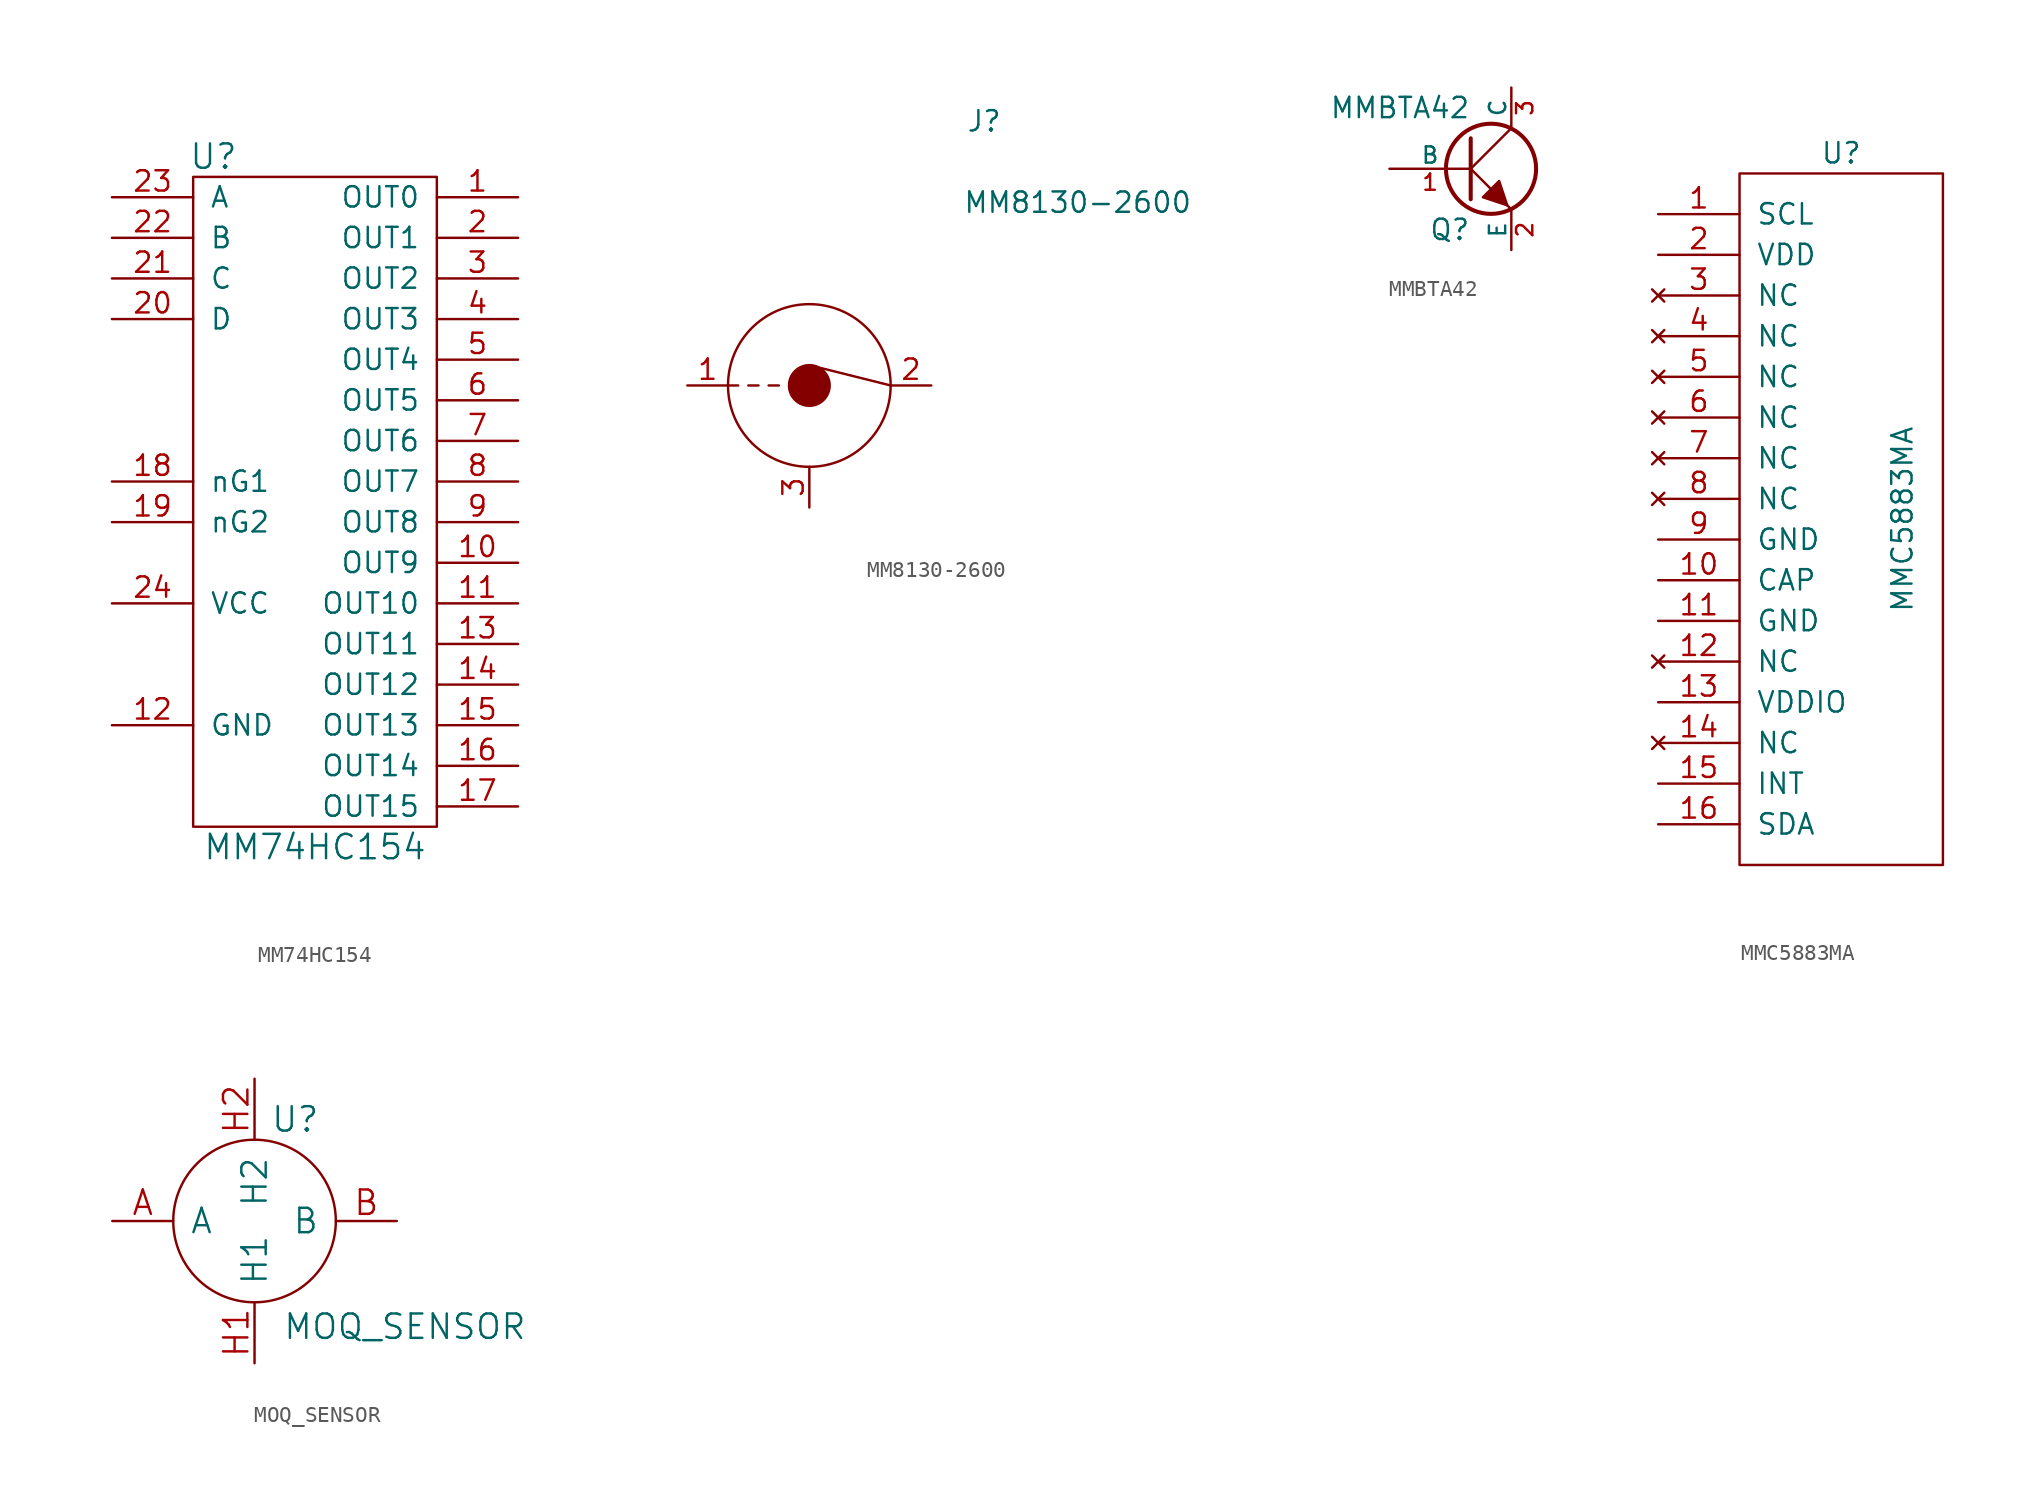
<source format=kicad_sym>
(kicad_symbol_lib
  (version 20210619)
  (generator kicad_symbol_editor)
  (symbol "tinkerforge:MM74HC154"
    (pin_names
      (offset 1.016))
    (property "Reference" "U"
      (at -6.35 21.59 0)
      (effects (font (size 1.524 1.524))))
    (property "Value" "MM74HC154"
      (at 0 -21.59 0)
      (effects (font (size 1.524 1.524))))
    (property "Footprint" ""
      (at 0 0 0)
      (effects (font (size 1.524 1.524))))
    (property "Datasheet" ""
      (at 0 0 0)
      (effects (font (size 1.524 1.524))))
    (symbol "MM74HC154_0_1"
      (rectangle (start -7.62 20.32) (end 7.62 -20.32) (stroke (width 0)) (fill (type none))))
    (symbol "MM74HC154_1_1"
      (pin passive line (at 12.7 19.05 180) (length 5.08) (name "OUT0" (effects (font (size 1.27 1.27)))) (number "1" (effects (font (size 1.27 1.27)))))
      (pin passive line (at 12.7 -3.81 180) (length 5.08) (name "OUT9" (effects (font (size 1.27 1.27)))) (number "10" (effects (font (size 1.27 1.27)))))
      (pin passive line (at 12.7 -6.35 180) (length 5.08) (name "OUT10" (effects (font (size 1.27 1.27)))) (number "11" (effects (font (size 1.27 1.27)))))
      (pin passive line (at -12.7 -13.97 0) (length 5.08) (name "GND" (effects (font (size 1.27 1.27)))) (number "12" (effects (font (size 1.27 1.27)))))
      (pin passive line (at 12.7 -8.89 180) (length 5.08) (name "OUT11" (effects (font (size 1.27 1.27)))) (number "13" (effects (font (size 1.27 1.27)))))
      (pin passive line (at 12.7 -11.43 180) (length 5.08) (name "OUT12" (effects (font (size 1.27 1.27)))) (number "14" (effects (font (size 1.27 1.27)))))
      (pin passive line (at 12.7 -13.97 180) (length 5.08) (name "OUT13" (effects (font (size 1.27 1.27)))) (number "15" (effects (font (size 1.27 1.27)))))
      (pin passive line (at 12.7 -16.51 180) (length 5.08) (name "OUT14" (effects (font (size 1.27 1.27)))) (number "16" (effects (font (size 1.27 1.27)))))
      (pin passive line (at 12.7 -19.05 180) (length 5.08) (name "OUT15" (effects (font (size 1.27 1.27)))) (number "17" (effects (font (size 1.27 1.27)))))
      (pin passive line (at -12.7 1.27 0) (length 5.08) (name "nG1" (effects (font (size 1.27 1.27)))) (number "18" (effects (font (size 1.27 1.27)))))
      (pin passive line (at -12.7 -1.27 0) (length 5.08) (name "nG2" (effects (font (size 1.27 1.27)))) (number "19" (effects (font (size 1.27 1.27)))))
      (pin passive line (at 12.7 16.51 180) (length 5.08) (name "OUT1" (effects (font (size 1.27 1.27)))) (number "2" (effects (font (size 1.27 1.27)))))
      (pin passive line (at -12.7 11.43 0) (length 5.08) (name "D" (effects (font (size 1.27 1.27)))) (number "20" (effects (font (size 1.27 1.27)))))
      (pin passive line (at -12.7 13.97 0) (length 5.08) (name "C" (effects (font (size 1.27 1.27)))) (number "21" (effects (font (size 1.27 1.27)))))
      (pin passive line (at -12.7 16.51 0) (length 5.08) (name "B" (effects (font (size 1.27 1.27)))) (number "22" (effects (font (size 1.27 1.27)))))
      (pin passive line (at -12.7 19.05 0) (length 5.08) (name "A" (effects (font (size 1.27 1.27)))) (number "23" (effects (font (size 1.27 1.27)))))
      (pin passive line (at -12.7 -6.35 0) (length 5.08) (name "VCC" (effects (font (size 1.27 1.27)))) (number "24" (effects (font (size 1.27 1.27)))))
      (pin passive line (at 12.7 13.97 180) (length 5.08) (name "OUT2" (effects (font (size 1.27 1.27)))) (number "3" (effects (font (size 1.27 1.27)))))
      (pin passive line (at 12.7 11.43 180) (length 5.08) (name "OUT3" (effects (font (size 1.27 1.27)))) (number "4" (effects (font (size 1.27 1.27)))))
      (pin passive line (at 12.7 8.89 180) (length 5.08) (name "OUT4" (effects (font (size 1.27 1.27)))) (number "5" (effects (font (size 1.27 1.27)))))
      (pin passive line (at 12.7 6.35 180) (length 5.08) (name "OUT5" (effects (font (size 1.27 1.27)))) (number "6" (effects (font (size 1.27 1.27)))))
      (pin passive line (at 12.7 3.81 180) (length 5.08) (name "OUT6" (effects (font (size 1.27 1.27)))) (number "7" (effects (font (size 1.27 1.27)))))
      (pin passive line (at 12.7 1.27 180) (length 5.08) (name "OUT7" (effects (font (size 1.27 1.27)))) (number "8" (effects (font (size 1.27 1.27)))))
      (pin passive line (at 12.7 -1.27 180) (length 5.08) (name "OUT8" (effects (font (size 1.27 1.27)))) (number "9" (effects (font (size 1.27 1.27)))))))
  (symbol "tinkerforge:MM8130-2600"
    (pin_names
      (offset 1.016))
    (property "Reference" "J"
      (at 10.922 16.51 0)
      (effects (font (size 1.27 1.27))))
    (property "Value" "MM8130-2600"
      (at 16.764 11.43 0)
      (effects (font (size 1.27 1.27))))
    (symbol "MM8130-2600_0_1"
      (circle (center 0 0) (radius 5.08) (stroke (width 0)) (fill (type none)))
      (circle (center 0 0) (radius 1.27) (stroke (width 0)) (fill (type outline)))
      (polyline (pts (xy -5.08 0) (xy -4.445 0)) (stroke (width 0)) (fill (type none)))
      (polyline (pts (xy -3.81 0) (xy -3.175 0)) (stroke (width 0)) (fill (type none)))
      (polyline (pts (xy -2.54 0) (xy -1.905 0)) (stroke (width 0)) (fill (type none)))
      (polyline (pts (xy 5.08 0) (xy 0 1.27)) (stroke (width 0)) (fill (type none))))
    (symbol "MM8130-2600_1_1"
      (pin passive line (at -7.62 0 0) (length 2.54) (name "~" (effects (font (size 1.27 1.27)))) (number "1" (effects (font (size 1.27 1.27)))))
      (pin passive line (at 7.62 0 180) (length 2.54) (name "~" (effects (font (size 1.27 1.27)))) (number "2" (effects (font (size 1.27 1.27)))))
      (pin passive line (at 0 -7.62 90) (length 2.54) (name "~" (effects (font (size 1.27 1.27)))) (number "3" (effects (font (size 1.27 1.27)))))))
  (symbol "tinkerforge:MMBTA42"
    (pin_names
      (offset 0))
    (property "Reference" "Q"
      (at 0 -3.81 0)
      (effects (font (size 1.27 1.27)) (justify right)))
    (property "Value" "MMBTA42"
      (at 0 3.81 0)
      (effects (font (size 1.27 1.27)) (justify right)))
    (property "Footprint" ""
      (at 0 0 0)
      (effects (font (size 1.524 1.524))))
    (property "Datasheet" ""
      (at 0 0 0)
      (effects (font (size 1.524 1.524))))
    (symbol "MMBTA42_0_1"
      (circle (center 1.27 0) (radius 2.819) (stroke (width 0.254)) (fill (type none)))
      (polyline (pts (xy 0 0) (xy 2.54 2.54)) (stroke (width 0)) (fill (type none)))
      (polyline (pts (xy 0 1.905) (xy 0 -1.905) (xy 0 -1.905)) (stroke (width 0.254)) (fill (type none)))
      (polyline (pts (xy 1.27 -1.27) (xy 0 0) (xy 0 0)) (stroke (width 0)) (fill (type none)))
      (polyline (pts (xy 2.286 -2.286) (xy 2.54 -2.54) (xy 2.54 -2.54)) (stroke (width 0)) (fill (type none)))
      (polyline (pts (xy 2.286 -2.286) (xy 1.778 -0.762) (xy 0.762 -1.778) (xy 2.286 -2.286) (xy 2.286 -2.286)) (stroke (width 0)) (fill (type outline))))
    (symbol "MMBTA42_1_1"
      (pin input line (at -5.08 0 0) (length 5.08) (name "B" (effects (font (size 1.016 1.016)))) (number "1" (effects (font (size 1.016 1.016)))))
      (pin passive line (at 2.54 -5.08 90) (length 2.54) (name "E" (effects (font (size 1.016 1.016)))) (number "2" (effects (font (size 1.016 1.016)))))
      (pin passive line (at 2.54 5.08 270) (length 2.54) (name "C" (effects (font (size 1.016 1.016)))) (number "3" (effects (font (size 1.016 1.016)))))))
  (symbol "tinkerforge:MMC5883MA"
    (pin_names
      (offset 1.016))
    (property "Reference" "U"
      (at 1.27 22.86 0)
      (effects (font (size 1.27 1.27))))
    (property "Value" "MMC5883MA"
      (at 5.08 0 90)
      (effects (font (size 1.27 1.27))))
    (symbol "MMC5883MA_0_1"
      (rectangle (start -5.08 21.59) (end 7.62 -21.59) (stroke (width 0)) (fill (type none))))
    (symbol "MMC5883MA_1_1"
      (pin input line (at -10.16 19.05 0) (length 5.08) (name "SCL" (effects (font (size 1.27 1.27)))) (number "1" (effects (font (size 1.27 1.27)))))
      (pin input line (at -10.16 -3.81 0) (length 5.08) (name "CAP" (effects (font (size 1.27 1.27)))) (number "10" (effects (font (size 1.27 1.27)))))
      (pin input line (at -10.16 -6.35 0) (length 5.08) (name "GND" (effects (font (size 1.27 1.27)))) (number "11" (effects (font (size 1.27 1.27)))))
      (pin no_connect line (at -10.16 -8.89 0) (length 5.08) (name "NC" (effects (font (size 1.27 1.27)))) (number "12" (effects (font (size 1.27 1.27)))))
      (pin input line (at -10.16 -11.43 0) (length 5.08) (name "VDDIO" (effects (font (size 1.27 1.27)))) (number "13" (effects (font (size 1.27 1.27)))))
      (pin no_connect line (at -10.16 -13.97 0) (length 5.08) (name "NC" (effects (font (size 1.27 1.27)))) (number "14" (effects (font (size 1.27 1.27)))))
      (pin input line (at -10.16 -16.51 0) (length 5.08) (name "INT" (effects (font (size 1.27 1.27)))) (number "15" (effects (font (size 1.27 1.27)))))
      (pin input line (at -10.16 -19.05 0) (length 5.08) (name "SDA" (effects (font (size 1.27 1.27)))) (number "16" (effects (font (size 1.27 1.27)))))
      (pin input line (at -10.16 16.51 0) (length 5.08) (name "VDD" (effects (font (size 1.27 1.27)))) (number "2" (effects (font (size 1.27 1.27)))))
      (pin no_connect line (at -10.16 13.97 0) (length 5.08) (name "NC" (effects (font (size 1.27 1.27)))) (number "3" (effects (font (size 1.27 1.27)))))
      (pin no_connect line (at -10.16 11.43 0) (length 5.08) (name "NC" (effects (font (size 1.27 1.27)))) (number "4" (effects (font (size 1.27 1.27)))))
      (pin no_connect line (at -10.16 8.89 0) (length 5.08) (name "NC" (effects (font (size 1.27 1.27)))) (number "5" (effects (font (size 1.27 1.27)))))
      (pin no_connect line (at -10.16 6.35 0) (length 5.08) (name "NC" (effects (font (size 1.27 1.27)))) (number "6" (effects (font (size 1.27 1.27)))))
      (pin no_connect line (at -10.16 3.81 0) (length 5.08) (name "NC" (effects (font (size 1.27 1.27)))) (number "7" (effects (font (size 1.27 1.27)))))
      (pin no_connect line (at -10.16 1.27 0) (length 5.08) (name "NC" (effects (font (size 1.27 1.27)))) (number "8" (effects (font (size 1.27 1.27)))))
      (pin input line (at -10.16 -1.27 0) (length 5.08) (name "GND" (effects (font (size 1.27 1.27)))) (number "9" (effects (font (size 1.27 1.27)))))))
  (symbol "tinkerforge:MOQ_SENSOR"
    (pin_names
      (offset 1.016))
    (property "Reference" "U"
      (at 2.54 6.35 0)
      (effects (font (size 1.524 1.524))))
    (property "Value" "MOQ_SENSOR"
      (at 9.398 -6.604 0)
      (effects (font (size 1.524 1.524))))
    (property "Footprint" ""
      (at 0 0 0)
      (effects (font (size 1.524 1.524))))
    (property "Datasheet" ""
      (at 0 0 0)
      (effects (font (size 1.524 1.524))))
    (symbol "MOQ_SENSOR_0_1"
      (circle (center 0 0) (radius 5.08) (stroke (width 0)) (fill (type none))))
    (symbol "MOQ_SENSOR_1_1"
      (pin passive line (at -8.89 0 0) (length 3.81) (name "A" (effects (font (size 1.524 1.524)))) (number "A" (effects (font (size 1.524 1.524)))))
      (pin passive line (at 8.89 0 180) (length 3.81) (name "B" (effects (font (size 1.524 1.524)))) (number "B" (effects (font (size 1.524 1.524)))))
      (pin passive line (at 0 -8.89 90) (length 3.81) (name "H1" (effects (font (size 1.524 1.524)))) (number "H1" (effects (font (size 1.524 1.524)))))
      (pin passive line (at 0 8.89 270) (length 3.81) (name "H2" (effects (font (size 1.524 1.524)))) (number "H2" (effects (font (size 1.524 1.524))))))))
</source>
